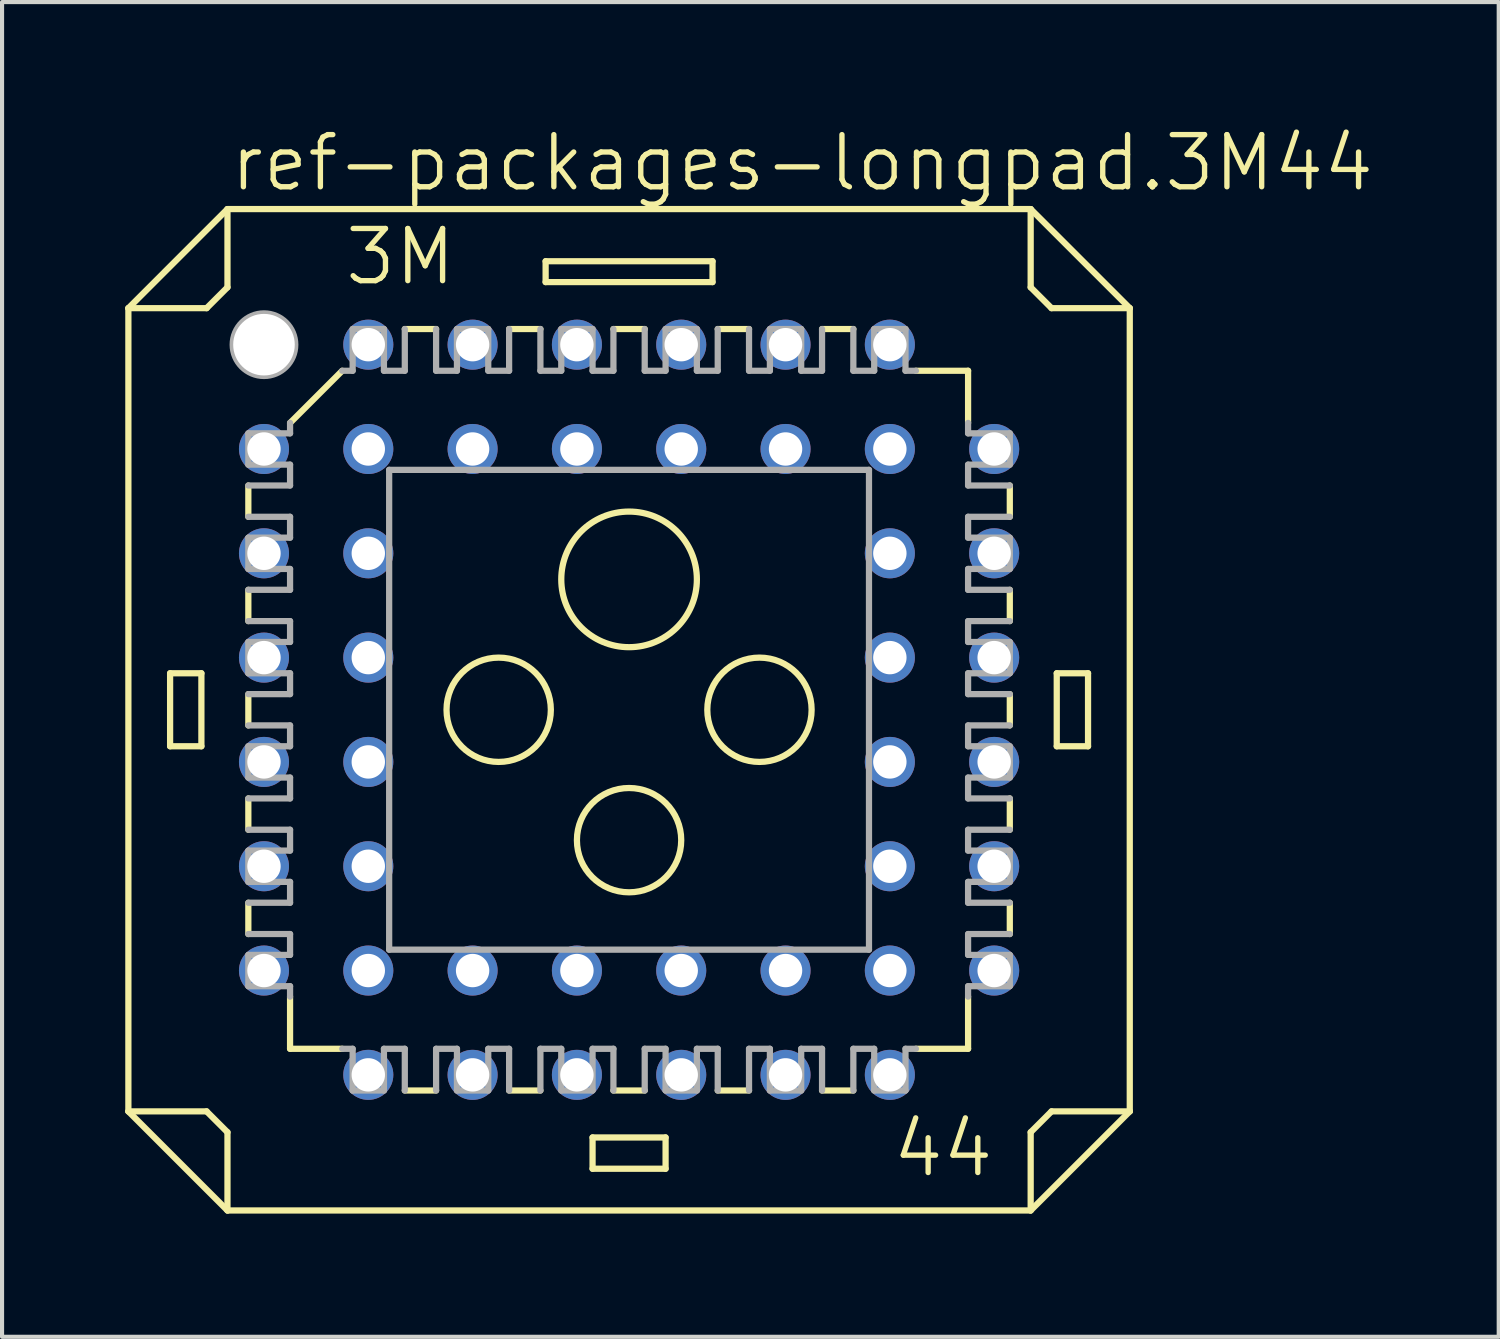
<source format=kicad_pcb>
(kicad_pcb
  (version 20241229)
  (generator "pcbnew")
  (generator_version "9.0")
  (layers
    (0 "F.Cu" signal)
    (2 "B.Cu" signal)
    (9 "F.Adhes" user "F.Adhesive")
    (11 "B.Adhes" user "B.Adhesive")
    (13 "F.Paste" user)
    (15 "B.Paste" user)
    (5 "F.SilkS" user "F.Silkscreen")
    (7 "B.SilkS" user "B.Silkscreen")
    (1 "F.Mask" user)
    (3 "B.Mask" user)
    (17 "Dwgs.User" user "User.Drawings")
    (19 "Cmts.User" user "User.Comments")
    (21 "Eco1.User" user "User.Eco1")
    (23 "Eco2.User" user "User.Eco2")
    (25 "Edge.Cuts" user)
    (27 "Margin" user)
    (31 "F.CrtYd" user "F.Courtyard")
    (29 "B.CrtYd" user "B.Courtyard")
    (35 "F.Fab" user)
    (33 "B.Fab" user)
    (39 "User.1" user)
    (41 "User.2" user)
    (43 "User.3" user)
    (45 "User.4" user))
  (footprint "ref-packages-longpad.3M44"
    (layer "F.Cu")
    (at 12.268 14.233)
    (property "Reference" "ref-packages-longpad.3M44" (at -9.779 -12.573 0) (layer "F.SilkS") (effects (font (size 1.27 1.27) (thickness 0.13)) (justify left bottom)))
    (attr through_hole)
    (fp_line (start -12.192 -9.779) (end -12.192 9.779) (stroke (width 0.152) (type default)) (layer "F.SilkS"))
    (fp_line (start -12.192 -9.779) (end -9.779 -12.192) (stroke (width 0.152) (type default)) (layer "F.SilkS"))
    (fp_line (start -12.192 9.779) (end -10.287 9.779) (stroke (width 0.152) (type default)) (layer "F.SilkS"))
    (fp_line (start -11.176 -0.889) (end -10.414 -0.889) (stroke (width 0.152) (type default)) (layer "F.SilkS"))
    (fp_line (start -11.176 0.889) (end -11.176 -0.889) (stroke (width 0.152) (type default)) (layer "F.SilkS"))
    (fp_line (start -11.176 0.889) (end -10.414 0.889) (stroke (width 0.152) (type default)) (layer "F.SilkS"))
    (fp_line (start -10.414 0.889) (end -10.414 -0.889) (stroke (width 0.152) (type default)) (layer "F.SilkS"))
    (fp_line (start -10.287 -9.779) (end -12.192 -9.779) (stroke (width 0.152) (type default)) (layer "F.SilkS"))
    (fp_line (start -10.287 -9.779) (end -9.779 -10.287) (stroke (width 0.152) (type default)) (layer "F.SilkS"))
    (fp_line (start -9.779 -12.192) (end -9.779 -10.287) (stroke (width 0.152) (type default)) (layer "F.SilkS"))
    (fp_line (start -9.779 10.287) (end -10.287 9.779) (stroke (width 0.152) (type default)) (layer "F.SilkS"))
    (fp_line (start -9.779 10.287) (end -9.779 12.192) (stroke (width 0.152) (type default)) (layer "F.SilkS"))
    (fp_line (start -9.779 12.192) (end -12.192 9.779) (stroke (width 0.152) (type default)) (layer "F.SilkS"))
    (fp_line (start -9.271 -5.461) (end -9.271 -4.699) (stroke (width 0.152) (type default)) (layer "F.SilkS"))
    (fp_line (start -9.271 -2.159) (end -9.271 -2.921) (stroke (width 0.152) (type default)) (layer "F.SilkS"))
    (fp_line (start -9.271 0.381) (end -9.271 -0.381) (stroke (width 0.152) (type default)) (layer "F.SilkS"))
    (fp_line (start -9.271 2.921) (end -9.271 2.159) (stroke (width 0.152) (type default)) (layer "F.SilkS"))
    (fp_line (start -9.271 5.461) (end -9.271 4.699) (stroke (width 0.152) (type default)) (layer "F.SilkS"))
    (fp_line (start -8.255 -6.985) (end -6.985 -8.255) (stroke (width 0.152) (type default)) (layer "F.SilkS"))
    (fp_line (start -8.255 8.255) (end -8.255 6.985) (stroke (width 0.152) (type default)) (layer "F.SilkS"))
    (fp_line (start -8.255 8.255) (end -6.985 8.255) (stroke (width 0.152) (type default)) (layer "F.SilkS"))
    (fp_line (start -5.461 9.271) (end -4.699 9.271) (stroke (width 0.152) (type default)) (layer "F.SilkS"))
    (fp_line (start -4.699 -9.271) (end -5.461 -9.271) (stroke (width 0.152) (type default)) (layer "F.SilkS"))
    (fp_line (start -2.921 9.271) (end -2.159 9.271) (stroke (width 0.152) (type default)) (layer "F.SilkS"))
    (fp_line (start -2.159 -9.271) (end -2.921 -9.271) (stroke (width 0.152) (type default)) (layer "F.SilkS"))
    (fp_line (start -2.032 -10.922) (end -2.032 -10.414) (stroke (width 0.152) (type default)) (layer "F.SilkS"))
    (fp_line (start -0.889 11.176) (end -0.889 10.414) (stroke (width 0.152) (type default)) (layer "F.SilkS"))
    (fp_line (start -0.889 11.176) (end 0.889 11.176) (stroke (width 0.152) (type default)) (layer "F.SilkS"))
    (fp_line (start -0.381 9.271) (end 0.381 9.271) (stroke (width 0.152) (type default)) (layer "F.SilkS"))
    (fp_line (start 0.381 -9.271) (end -0.381 -9.271) (stroke (width 0.152) (type default)) (layer "F.SilkS"))
    (fp_line (start 0.889 10.414) (end -0.889 10.414) (stroke (width 0.152) (type default)) (layer "F.SilkS"))
    (fp_line (start 0.889 10.414) (end 0.889 11.176) (stroke (width 0.152) (type default)) (layer "F.SilkS"))
    (fp_line (start 2.032 -10.922) (end -2.032 -10.922) (stroke (width 0.152) (type default)) (layer "F.SilkS"))
    (fp_line (start 2.032 -10.414) (end -2.032 -10.414) (stroke (width 0.152) (type default)) (layer "F.SilkS"))
    (fp_line (start 2.032 -10.414) (end 2.032 -10.922) (stroke (width 0.152) (type default)) (layer "F.SilkS"))
    (fp_line (start 2.159 9.271) (end 2.921 9.271) (stroke (width 0.152) (type default)) (layer "F.SilkS"))
    (fp_line (start 2.921 -9.271) (end 2.159 -9.271) (stroke (width 0.152) (type default)) (layer "F.SilkS"))
    (fp_line (start 4.699 9.271) (end 5.461 9.271) (stroke (width 0.152) (type default)) (layer "F.SilkS"))
    (fp_line (start 5.461 -9.271) (end 4.699 -9.271) (stroke (width 0.152) (type default)) (layer "F.SilkS"))
    (fp_line (start 6.985 8.255) (end 8.255 8.255) (stroke (width 0.152) (type default)) (layer "F.SilkS"))
    (fp_line (start 8.255 -8.255) (end 6.985 -8.255) (stroke (width 0.152) (type default)) (layer "F.SilkS"))
    (fp_line (start 8.255 -8.255) (end 8.255 -6.985) (stroke (width 0.152) (type default)) (layer "F.SilkS"))
    (fp_line (start 8.255 8.255) (end 8.255 6.985) (stroke (width 0.152) (type default)) (layer "F.SilkS"))
    (fp_line (start 9.271 -5.461) (end 9.271 -4.699) (stroke (width 0.152) (type default)) (layer "F.SilkS"))
    (fp_line (start 9.271 -2.921) (end 9.271 -2.159) (stroke (width 0.152) (type default)) (layer "F.SilkS"))
    (fp_line (start 9.271 -0.381) (end 9.271 0.381) (stroke (width 0.152) (type default)) (layer "F.SilkS"))
    (fp_line (start 9.271 2.159) (end 9.271 2.921) (stroke (width 0.152) (type default)) (layer "F.SilkS"))
    (fp_line (start 9.271 5.461) (end 9.271 4.699) (stroke (width 0.152) (type default)) (layer "F.SilkS"))
    (fp_line (start 9.779 -12.192) (end -9.779 -12.192) (stroke (width 0.152) (type default)) (layer "F.SilkS"))
    (fp_line (start 9.779 -12.192) (end 12.192 -9.779) (stroke (width 0.152) (type default)) (layer "F.SilkS"))
    (fp_line (start 9.779 -10.287) (end 9.779 -12.192) (stroke (width 0.152) (type default)) (layer "F.SilkS"))
    (fp_line (start 9.779 -10.287) (end 10.287 -9.779) (stroke (width 0.152) (type default)) (layer "F.SilkS"))
    (fp_line (start 9.779 12.192) (end -9.779 12.192) (stroke (width 0.152) (type default)) (layer "F.SilkS"))
    (fp_line (start 9.779 12.192) (end 9.779 10.287) (stroke (width 0.152) (type default)) (layer "F.SilkS"))
    (fp_line (start 10.287 9.779) (end 9.779 10.287) (stroke (width 0.152) (type default)) (layer "F.SilkS"))
    (fp_line (start 10.287 9.779) (end 12.192 9.779) (stroke (width 0.152) (type default)) (layer "F.SilkS"))
    (fp_line (start 10.414 -0.889) (end 10.414 0.889) (stroke (width 0.152) (type default)) (layer "F.SilkS"))
    (fp_line (start 10.414 -0.889) (end 11.176 -0.889) (stroke (width 0.152) (type default)) (layer "F.SilkS"))
    (fp_line (start 11.176 0.889) (end 10.414 0.889) (stroke (width 0.152) (type default)) (layer "F.SilkS"))
    (fp_line (start 11.176 0.889) (end 11.176 -0.889) (stroke (width 0.152) (type default)) (layer "F.SilkS"))
    (fp_line (start 12.192 -9.779) (end 10.287 -9.779) (stroke (width 0.152) (type default)) (layer "F.SilkS"))
    (fp_line (start 12.192 -9.779) (end 12.192 9.779) (stroke (width 0.152) (type default)) (layer "F.SilkS"))
    (fp_line (start 12.192 9.779) (end 9.779 12.192) (stroke (width 0.152) (type default)) (layer "F.SilkS"))
    (fp_circle (center -3.175 0) (end -1.905 0) (stroke (width 0.152) (type default)) (fill no) (layer "F.SilkS"))
    (fp_circle (center 0 -3.175) (end 1.651 -3.175) (stroke (width 0.152) (type default)) (fill no) (layer "F.SilkS"))
    (fp_circle (center 0 3.175) (end 1.27 3.175) (stroke (width 0.152) (type default)) (fill no) (layer "F.SilkS"))
    (fp_circle (center 3.175 0) (end 4.445 0) (stroke (width 0.152) (type default)) (fill no) (layer "F.SilkS"))
    (fp_line (start -9.271 -5.969) (end -9.271 -6.731) (stroke (width 0.152) (type default)) (layer "F.Fab"))
    (fp_line (start -9.271 -5.969) (end -8.255 -5.969) (stroke (width 0.152) (type default)) (layer "F.Fab"))
    (fp_line (start -9.271 -5.461) (end -8.255 -5.461) (stroke (width 0.152) (type default)) (layer "F.Fab"))
    (fp_line (start -9.271 -3.429) (end -9.271 -4.191) (stroke (width 0.152) (type default)) (layer "F.Fab"))
    (fp_line (start -9.271 -3.429) (end -8.255 -3.429) (stroke (width 0.152) (type default)) (layer "F.Fab"))
    (fp_line (start -9.271 -2.159) (end -8.255 -2.159) (stroke (width 0.152) (type default)) (layer "F.Fab"))
    (fp_line (start -9.271 -0.889) (end -9.271 -1.651) (stroke (width 0.152) (type default)) (layer "F.Fab"))
    (fp_line (start -9.271 -0.889) (end -8.255 -0.889) (stroke (width 0.152) (type default)) (layer "F.Fab"))
    (fp_line (start -9.271 0.381) (end -8.255 0.381) (stroke (width 0.152) (type default)) (layer "F.Fab"))
    (fp_line (start -9.271 1.651) (end -9.271 0.889) (stroke (width 0.152) (type default)) (layer "F.Fab"))
    (fp_line (start -9.271 1.651) (end -8.255 1.651) (stroke (width 0.152) (type default)) (layer "F.Fab"))
    (fp_line (start -9.271 2.921) (end -8.255 2.921) (stroke (width 0.152) (type default)) (layer "F.Fab"))
    (fp_line (start -9.271 4.191) (end -9.271 3.429) (stroke (width 0.152) (type default)) (layer "F.Fab"))
    (fp_line (start -9.271 4.191) (end -8.255 4.191) (stroke (width 0.152) (type default)) (layer "F.Fab"))
    (fp_line (start -9.271 4.699) (end -8.255 4.699) (stroke (width 0.152) (type default)) (layer "F.Fab"))
    (fp_line (start -9.271 5.461) (end -8.255 5.461) (stroke (width 0.152) (type default)) (layer "F.Fab"))
    (fp_line (start -9.271 6.731) (end -9.271 5.969) (stroke (width 0.152) (type default)) (layer "F.Fab"))
    (fp_line (start -9.271 6.731) (end -8.255 6.731) (stroke (width 0.152) (type default)) (layer "F.Fab"))
    (fp_line (start -8.255 -6.731) (end -9.271 -6.731) (stroke (width 0.152) (type default)) (layer "F.Fab"))
    (fp_line (start -8.255 -6.731) (end -8.255 -6.985) (stroke (width 0.152) (type default)) (layer "F.Fab"))
    (fp_line (start -8.255 -5.969) (end -8.255 -5.461) (stroke (width 0.152) (type default)) (layer "F.Fab"))
    (fp_line (start -8.255 -4.699) (end -9.271 -4.699) (stroke (width 0.152) (type default)) (layer "F.Fab"))
    (fp_line (start -8.255 -4.699) (end -8.255 -4.191) (stroke (width 0.152) (type default)) (layer "F.Fab"))
    (fp_line (start -8.255 -4.191) (end -9.271 -4.191) (stroke (width 0.152) (type default)) (layer "F.Fab"))
    (fp_line (start -8.255 -3.429) (end -8.255 -2.921) (stroke (width 0.152) (type default)) (layer "F.Fab"))
    (fp_line (start -8.255 -2.921) (end -9.271 -2.921) (stroke (width 0.152) (type default)) (layer "F.Fab"))
    (fp_line (start -8.255 -1.651) (end -9.271 -1.651) (stroke (width 0.152) (type default)) (layer "F.Fab"))
    (fp_line (start -8.255 -1.651) (end -8.255 -2.159) (stroke (width 0.152) (type default)) (layer "F.Fab"))
    (fp_line (start -8.255 -0.381) (end -9.271 -0.381) (stroke (width 0.152) (type default)) (layer "F.Fab"))
    (fp_line (start -8.255 -0.381) (end -8.255 -0.889) (stroke (width 0.152) (type default)) (layer "F.Fab"))
    (fp_line (start -8.255 0.889) (end -9.271 0.889) (stroke (width 0.152) (type default)) (layer "F.Fab"))
    (fp_line (start -8.255 0.889) (end -8.255 0.381) (stroke (width 0.152) (type default)) (layer "F.Fab"))
    (fp_line (start -8.255 2.159) (end -9.271 2.159) (stroke (width 0.152) (type default)) (layer "F.Fab"))
    (fp_line (start -8.255 2.159) (end -8.255 1.651) (stroke (width 0.152) (type default)) (layer "F.Fab"))
    (fp_line (start -8.255 3.429) (end -9.271 3.429) (stroke (width 0.152) (type default)) (layer "F.Fab"))
    (fp_line (start -8.255 3.429) (end -8.255 2.921) (stroke (width 0.152) (type default)) (layer "F.Fab"))
    (fp_line (start -8.255 4.191) (end -8.255 4.699) (stroke (width 0.152) (type default)) (layer "F.Fab"))
    (fp_line (start -8.255 5.461) (end -8.255 5.969) (stroke (width 0.152) (type default)) (layer "F.Fab"))
    (fp_line (start -8.255 5.969) (end -9.271 5.969) (stroke (width 0.152) (type default)) (layer "F.Fab"))
    (fp_line (start -8.255 6.731) (end -8.255 6.985) (stroke (width 0.152) (type default)) (layer "F.Fab"))
    (fp_line (start -6.985 -8.255) (end -6.731 -8.255) (stroke (width 0.152) (type default)) (layer "F.Fab"))
    (fp_line (start -6.731 -8.255) (end -6.731 -9.271) (stroke (width 0.152) (type default)) (layer "F.Fab"))
    (fp_line (start -6.731 8.255) (end -6.985 8.255) (stroke (width 0.152) (type default)) (layer "F.Fab"))
    (fp_line (start -6.731 9.271) (end -6.731 8.255) (stroke (width 0.152) (type default)) (layer "F.Fab"))
    (fp_line (start -6.731 9.271) (end -5.969 9.271) (stroke (width 0.152) (type default)) (layer "F.Fab"))
    (fp_line (start -5.969 -9.271) (end -6.731 -9.271) (stroke (width 0.152) (type default)) (layer "F.Fab"))
    (fp_line (start -5.969 -9.271) (end -5.969 -8.255) (stroke (width 0.152) (type default)) (layer "F.Fab"))
    (fp_line (start -5.969 8.255) (end -5.969 9.271) (stroke (width 0.152) (type default)) (layer "F.Fab"))
    (fp_line (start -5.969 8.255) (end -5.461 8.255) (stroke (width 0.152) (type default)) (layer "F.Fab"))
    (fp_line (start -5.842 -5.842) (end -5.842 5.842) (stroke (width 0.152) (type default)) (layer "F.Fab"))
    (fp_line (start -5.842 -5.842) (end 5.842 -5.842) (stroke (width 0.152) (type default)) (layer "F.Fab"))
    (fp_line (start -5.461 -8.255) (end -5.969 -8.255) (stroke (width 0.152) (type default)) (layer "F.Fab"))
    (fp_line (start -5.461 -8.255) (end -5.461 -9.271) (stroke (width 0.152) (type default)) (layer "F.Fab"))
    (fp_line (start -5.461 9.271) (end -5.461 8.255) (stroke (width 0.152) (type default)) (layer "F.Fab"))
    (fp_line (start -4.699 -9.271) (end -4.699 -8.255) (stroke (width 0.152) (type default)) (layer "F.Fab"))
    (fp_line (start -4.699 8.255) (end -4.699 9.271) (stroke (width 0.152) (type default)) (layer "F.Fab"))
    (fp_line (start -4.699 8.255) (end -4.191 8.255) (stroke (width 0.152) (type default)) (layer "F.Fab"))
    (fp_line (start -4.191 -8.255) (end -4.699 -8.255) (stroke (width 0.152) (type default)) (layer "F.Fab"))
    (fp_line (start -4.191 -8.255) (end -4.191 -9.271) (stroke (width 0.152) (type default)) (layer "F.Fab"))
    (fp_line (start -4.191 9.271) (end -4.191 8.255) (stroke (width 0.152) (type default)) (layer "F.Fab"))
    (fp_line (start -4.191 9.271) (end -3.429 9.271) (stroke (width 0.152) (type default)) (layer "F.Fab"))
    (fp_line (start -3.429 -9.271) (end -4.191 -9.271) (stroke (width 0.152) (type default)) (layer "F.Fab"))
    (fp_line (start -3.429 -9.271) (end -3.429 -8.255) (stroke (width 0.152) (type default)) (layer "F.Fab"))
    (fp_line (start -3.429 8.255) (end -3.429 9.271) (stroke (width 0.152) (type default)) (layer "F.Fab"))
    (fp_line (start -3.429 8.255) (end -2.921 8.255) (stroke (width 0.152) (type default)) (layer "F.Fab"))
    (fp_line (start -2.921 -8.255) (end -3.429 -8.255) (stroke (width 0.152) (type default)) (layer "F.Fab"))
    (fp_line (start -2.921 -8.255) (end -2.921 -9.271) (stroke (width 0.152) (type default)) (layer "F.Fab"))
    (fp_line (start -2.921 9.271) (end -2.921 8.255) (stroke (width 0.152) (type default)) (layer "F.Fab"))
    (fp_line (start -2.159 -9.271) (end -2.159 -8.255) (stroke (width 0.152) (type default)) (layer "F.Fab"))
    (fp_line (start -2.159 8.255) (end -2.159 9.271) (stroke (width 0.152) (type default)) (layer "F.Fab"))
    (fp_line (start -2.159 8.255) (end -1.651 8.255) (stroke (width 0.152) (type default)) (layer "F.Fab"))
    (fp_line (start -1.651 -8.255) (end -2.159 -8.255) (stroke (width 0.152) (type default)) (layer "F.Fab"))
    (fp_line (start -1.651 -8.255) (end -1.651 -9.271) (stroke (width 0.152) (type default)) (layer "F.Fab"))
    (fp_line (start -1.651 9.271) (end -1.651 8.255) (stroke (width 0.152) (type default)) (layer "F.Fab"))
    (fp_line (start -1.651 9.271) (end -0.889 9.271) (stroke (width 0.152) (type default)) (layer "F.Fab"))
    (fp_line (start -0.889 -9.271) (end -1.651 -9.271) (stroke (width 0.152) (type default)) (layer "F.Fab"))
    (fp_line (start -0.889 -9.271) (end -0.889 -8.255) (stroke (width 0.152) (type default)) (layer "F.Fab"))
    (fp_line (start -0.889 8.255) (end -0.889 9.271) (stroke (width 0.152) (type default)) (layer "F.Fab"))
    (fp_line (start -0.889 8.255) (end -0.381 8.255) (stroke (width 0.152) (type default)) (layer "F.Fab"))
    (fp_line (start -0.381 -8.255) (end -0.889 -8.255) (stroke (width 0.152) (type default)) (layer "F.Fab"))
    (fp_line (start -0.381 -8.255) (end -0.381 -9.271) (stroke (width 0.152) (type default)) (layer "F.Fab"))
    (fp_line (start -0.381 9.271) (end -0.381 8.255) (stroke (width 0.152) (type default)) (layer "F.Fab"))
    (fp_line (start 0.381 -9.271) (end 0.381 -8.255) (stroke (width 0.152) (type default)) (layer "F.Fab"))
    (fp_line (start 0.381 8.255) (end 0.381 9.271) (stroke (width 0.152) (type default)) (layer "F.Fab"))
    (fp_line (start 0.381 8.255) (end 0.889 8.255) (stroke (width 0.152) (type default)) (layer "F.Fab"))
    (fp_line (start 0.889 -8.255) (end 0.381 -8.255) (stroke (width 0.152) (type default)) (layer "F.Fab"))
    (fp_line (start 0.889 -8.255) (end 0.889 -9.271) (stroke (width 0.152) (type default)) (layer "F.Fab"))
    (fp_line (start 0.889 9.271) (end 0.889 8.255) (stroke (width 0.152) (type default)) (layer "F.Fab"))
    (fp_line (start 0.889 9.271) (end 1.651 9.271) (stroke (width 0.152) (type default)) (layer "F.Fab"))
    (fp_line (start 1.651 -9.271) (end 0.889 -9.271) (stroke (width 0.152) (type default)) (layer "F.Fab"))
    (fp_line (start 1.651 -9.271) (end 1.651 -8.255) (stroke (width 0.152) (type default)) (layer "F.Fab"))
    (fp_line (start 1.651 8.255) (end 1.651 9.271) (stroke (width 0.152) (type default)) (layer "F.Fab"))
    (fp_line (start 1.651 8.255) (end 2.159 8.255) (stroke (width 0.152) (type default)) (layer "F.Fab"))
    (fp_line (start 2.159 -8.255) (end 1.651 -8.255) (stroke (width 0.152) (type default)) (layer "F.Fab"))
    (fp_line (start 2.159 -8.255) (end 2.159 -9.271) (stroke (width 0.152) (type default)) (layer "F.Fab"))
    (fp_line (start 2.159 9.271) (end 2.159 8.255) (stroke (width 0.152) (type default)) (layer "F.Fab"))
    (fp_line (start 2.921 -9.271) (end 2.921 -8.255) (stroke (width 0.152) (type default)) (layer "F.Fab"))
    (fp_line (start 2.921 8.255) (end 2.921 9.271) (stroke (width 0.152) (type default)) (layer "F.Fab"))
    (fp_line (start 2.921 8.255) (end 3.429 8.255) (stroke (width 0.152) (type default)) (layer "F.Fab"))
    (fp_line (start 3.429 -8.255) (end 2.921 -8.255) (stroke (width 0.152) (type default)) (layer "F.Fab"))
    (fp_line (start 3.429 -8.255) (end 3.429 -9.271) (stroke (width 0.152) (type default)) (layer "F.Fab"))
    (fp_line (start 3.429 9.271) (end 3.429 8.255) (stroke (width 0.152) (type default)) (layer "F.Fab"))
    (fp_line (start 3.429 9.271) (end 4.191 9.271) (stroke (width 0.152) (type default)) (layer "F.Fab"))
    (fp_line (start 4.191 -9.271) (end 3.429 -9.271) (stroke (width 0.152) (type default)) (layer "F.Fab"))
    (fp_line (start 4.191 -9.271) (end 4.191 -8.255) (stroke (width 0.152) (type default)) (layer "F.Fab"))
    (fp_line (start 4.191 8.255) (end 4.191 9.271) (stroke (width 0.152) (type default)) (layer "F.Fab"))
    (fp_line (start 4.191 8.255) (end 4.699 8.255) (stroke (width 0.152) (type default)) (layer "F.Fab"))
    (fp_line (start 4.699 -8.255) (end 4.191 -8.255) (stroke (width 0.152) (type default)) (layer "F.Fab"))
    (fp_line (start 4.699 -8.255) (end 4.699 -9.271) (stroke (width 0.152) (type default)) (layer "F.Fab"))
    (fp_line (start 4.699 9.271) (end 4.699 8.255) (stroke (width 0.152) (type default)) (layer "F.Fab"))
    (fp_line (start 5.461 -9.271) (end 5.461 -8.255) (stroke (width 0.152) (type default)) (layer "F.Fab"))
    (fp_line (start 5.461 8.255) (end 5.461 9.271) (stroke (width 0.152) (type default)) (layer "F.Fab"))
    (fp_line (start 5.461 8.255) (end 5.969 8.255) (stroke (width 0.152) (type default)) (layer "F.Fab"))
    (fp_line (start 5.842 5.842) (end -5.842 5.842) (stroke (width 0.152) (type default)) (layer "F.Fab"))
    (fp_line (start 5.842 5.842) (end 5.842 -5.842) (stroke (width 0.152) (type default)) (layer "F.Fab"))
    (fp_line (start 5.969 -8.255) (end 5.461 -8.255) (stroke (width 0.152) (type default)) (layer "F.Fab"))
    (fp_line (start 5.969 -8.255) (end 5.969 -9.271) (stroke (width 0.152) (type default)) (layer "F.Fab"))
    (fp_line (start 5.969 9.271) (end 5.969 8.255) (stroke (width 0.152) (type default)) (layer "F.Fab"))
    (fp_line (start 5.969 9.271) (end 6.731 9.271) (stroke (width 0.152) (type default)) (layer "F.Fab"))
    (fp_line (start 6.731 -9.271) (end 5.969 -9.271) (stroke (width 0.152) (type default)) (layer "F.Fab"))
    (fp_line (start 6.731 -9.271) (end 6.731 -8.255) (stroke (width 0.152) (type default)) (layer "F.Fab"))
    (fp_line (start 6.731 -8.255) (end 6.985 -8.255) (stroke (width 0.152) (type default)) (layer "F.Fab"))
    (fp_line (start 6.731 8.255) (end 6.731 9.271) (stroke (width 0.152) (type default)) (layer "F.Fab"))
    (fp_line (start 6.985 8.255) (end 6.731 8.255) (stroke (width 0.152) (type default)) (layer "F.Fab"))
    (fp_line (start 8.255 -6.731) (end 8.255 -6.985) (stroke (width 0.152) (type default)) (layer "F.Fab"))
    (fp_line (start 8.255 -5.969) (end 9.271 -5.969) (stroke (width 0.152) (type default)) (layer "F.Fab"))
    (fp_line (start 8.255 -5.461) (end 8.255 -5.969) (stroke (width 0.152) (type default)) (layer "F.Fab"))
    (fp_line (start 8.255 -4.191) (end 8.255 -4.699) (stroke (width 0.152) (type default)) (layer "F.Fab"))
    (fp_line (start 8.255 -3.429) (end 8.255 -2.921) (stroke (width 0.152) (type default)) (layer "F.Fab"))
    (fp_line (start 8.255 -3.429) (end 9.271 -3.429) (stroke (width 0.152) (type default)) (layer "F.Fab"))
    (fp_line (start 8.255 -2.159) (end 8.255 -1.651) (stroke (width 0.152) (type default)) (layer "F.Fab"))
    (fp_line (start 8.255 -2.159) (end 9.271 -2.159) (stroke (width 0.152) (type default)) (layer "F.Fab"))
    (fp_line (start 8.255 -0.889) (end 8.255 -0.381) (stroke (width 0.152) (type default)) (layer "F.Fab"))
    (fp_line (start 8.255 -0.889) (end 9.271 -0.889) (stroke (width 0.152) (type default)) (layer "F.Fab"))
    (fp_line (start 8.255 0.381) (end 8.255 0.889) (stroke (width 0.152) (type default)) (layer "F.Fab"))
    (fp_line (start 8.255 0.381) (end 9.271 0.381) (stroke (width 0.152) (type default)) (layer "F.Fab"))
    (fp_line (start 8.255 1.651) (end 8.255 2.159) (stroke (width 0.152) (type default)) (layer "F.Fab"))
    (fp_line (start 8.255 1.651) (end 9.271 1.651) (stroke (width 0.152) (type default)) (layer "F.Fab"))
    (fp_line (start 8.255 2.921) (end 8.255 3.429) (stroke (width 0.152) (type default)) (layer "F.Fab"))
    (fp_line (start 8.255 2.921) (end 9.271 2.921) (stroke (width 0.152) (type default)) (layer "F.Fab"))
    (fp_line (start 8.255 3.429) (end 9.271 3.429) (stroke (width 0.152) (type default)) (layer "F.Fab"))
    (fp_line (start 8.255 4.699) (end 8.255 4.191) (stroke (width 0.152) (type default)) (layer "F.Fab"))
    (fp_line (start 8.255 4.699) (end 9.271 4.699) (stroke (width 0.152) (type default)) (layer "F.Fab"))
    (fp_line (start 8.255 5.969) (end 8.255 5.461) (stroke (width 0.152) (type default)) (layer "F.Fab"))
    (fp_line (start 8.255 5.969) (end 9.271 5.969) (stroke (width 0.152) (type default)) (layer "F.Fab"))
    (fp_line (start 8.255 6.731) (end 8.255 6.985) (stroke (width 0.152) (type default)) (layer "F.Fab"))
    (fp_line (start 9.271 -6.731) (end 8.255 -6.731) (stroke (width 0.152) (type default)) (layer "F.Fab"))
    (fp_line (start 9.271 -6.731) (end 9.271 -5.969) (stroke (width 0.152) (type default)) (layer "F.Fab"))
    (fp_line (start 9.271 -5.461) (end 8.255 -5.461) (stroke (width 0.152) (type default)) (layer "F.Fab"))
    (fp_line (start 9.271 -4.699) (end 8.255 -4.699) (stroke (width 0.152) (type default)) (layer "F.Fab"))
    (fp_line (start 9.271 -4.191) (end 8.255 -4.191) (stroke (width 0.152) (type default)) (layer "F.Fab"))
    (fp_line (start 9.271 -4.191) (end 9.271 -3.429) (stroke (width 0.152) (type default)) (layer "F.Fab"))
    (fp_line (start 9.271 -2.921) (end 8.255 -2.921) (stroke (width 0.152) (type default)) (layer "F.Fab"))
    (fp_line (start 9.271 -1.651) (end 8.255 -1.651) (stroke (width 0.152) (type default)) (layer "F.Fab"))
    (fp_line (start 9.271 -1.651) (end 9.271 -0.889) (stroke (width 0.152) (type default)) (layer "F.Fab"))
    (fp_line (start 9.271 -0.381) (end 8.255 -0.381) (stroke (width 0.152) (type default)) (layer "F.Fab"))
    (fp_line (start 9.271 0.889) (end 8.255 0.889) (stroke (width 0.152) (type default)) (layer "F.Fab"))
    (fp_line (start 9.271 0.889) (end 9.271 1.651) (stroke (width 0.152) (type default)) (layer "F.Fab"))
    (fp_line (start 9.271 2.159) (end 8.255 2.159) (stroke (width 0.152) (type default)) (layer "F.Fab"))
    (fp_line (start 9.271 4.191) (end 8.255 4.191) (stroke (width 0.152) (type default)) (layer "F.Fab"))
    (fp_line (start 9.271 4.191) (end 9.271 3.429) (stroke (width 0.152) (type default)) (layer "F.Fab"))
    (fp_line (start 9.271 5.461) (end 8.255 5.461) (stroke (width 0.152) (type default)) (layer "F.Fab"))
    (fp_line (start 9.271 6.731) (end 8.255 6.731) (stroke (width 0.152) (type default)) (layer "F.Fab"))
    (fp_line (start 9.271 6.731) (end 9.271 5.969) (stroke (width 0.152) (type default)) (layer "F.Fab"))
    (fp_circle (center -8.89 -8.89) (end -8.128 -8.89) (stroke (width 0.152) (type default)) (fill no) (layer "F.Fab"))
    (fp_text user "3M" (at -6.985 -10.287 0) (layer "F.SilkS") (effects (font (size 1.27 1.27) (thickness 0.13)) (justify left bottom)))
    (fp_text user "44" (at 6.35 11.43 0) (layer "F.SilkS") (effects (font (size 1.27 1.27) (thickness 0.13)) (justify left bottom)))
    (pad "" np_thru_hole circle (at -8.89 -8.89) (size 1.499 1.499) (drill 1.499) (layers "*.Cu" "*.Mask"))
    (pad "1" thru_hole circle (at 1.27 -6.35) (size 1.219 1.219) (drill 0.813) (layers "*.Cu" "*.Mask"))
    (pad "2" thru_hole circle (at -1.27 -8.89) (size 1.219 1.219) (drill 0.813) (layers "*.Cu" "*.Mask"))
    (pad "3" thru_hole circle (at -1.27 -6.35) (size 1.219 1.219) (drill 0.813) (layers "*.Cu" "*.Mask"))
    (pad "4" thru_hole circle (at -3.81 -8.89) (size 1.219 1.219) (drill 0.813) (layers "*.Cu" "*.Mask"))
    (pad "5" thru_hole circle (at -3.81 -6.35) (size 1.219 1.219) (drill 0.813) (layers "*.Cu" "*.Mask"))
    (pad "6" thru_hole circle (at -6.35 -8.89) (size 1.219 1.219) (drill 0.813) (layers "*.Cu" "*.Mask"))
    (pad "7" thru_hole circle (at -8.89 -6.35) (size 1.219 1.219) (drill 0.813) (layers "*.Cu" "*.Mask"))
    (pad "8" thru_hole circle (at -6.35 -6.35) (size 1.219 1.219) (drill 0.813) (layers "*.Cu" "*.Mask"))
    (pad "9" thru_hole circle (at -8.89 -3.81) (size 1.219 1.219) (drill 0.813) (layers "*.Cu" "*.Mask"))
    (pad "10" thru_hole circle (at -6.35 -3.81) (size 1.219 1.219) (drill 0.813) (layers "*.Cu" "*.Mask"))
    (pad "11" thru_hole circle (at -8.89 -1.27) (size 1.219 1.219) (drill 0.813) (layers "*.Cu" "*.Mask"))
    (pad "12" thru_hole circle (at -6.35 -1.27) (size 1.219 1.219) (drill 0.813) (layers "*.Cu" "*.Mask"))
    (pad "13" thru_hole circle (at -8.89 1.27) (size 1.219 1.219) (drill 0.813) (layers "*.Cu" "*.Mask"))
    (pad "14" thru_hole circle (at -6.35 1.27) (size 1.219 1.219) (drill 0.813) (layers "*.Cu" "*.Mask"))
    (pad "15" thru_hole circle (at -8.89 3.81) (size 1.219 1.219) (drill 0.813) (layers "*.Cu" "*.Mask"))
    (pad "16" thru_hole circle (at -6.35 3.81) (size 1.219 1.219) (drill 0.813) (layers "*.Cu" "*.Mask"))
    (pad "17" thru_hole circle (at -8.89 6.35) (size 1.219 1.219) (drill 0.813) (layers "*.Cu" "*.Mask"))
    (pad "18" thru_hole circle (at -6.35 8.89) (size 1.219 1.219) (drill 0.813) (layers "*.Cu" "*.Mask"))
    (pad "19" thru_hole circle (at -6.35 6.35) (size 1.219 1.219) (drill 0.813) (layers "*.Cu" "*.Mask"))
    (pad "20" thru_hole circle (at -3.81 8.89) (size 1.219 1.219) (drill 0.813) (layers "*.Cu" "*.Mask"))
    (pad "21" thru_hole circle (at -3.81 6.35) (size 1.219 1.219) (drill 0.813) (layers "*.Cu" "*.Mask"))
    (pad "22" thru_hole circle (at -1.27 8.89) (size 1.219 1.219) (drill 0.813) (layers "*.Cu" "*.Mask"))
    (pad "23" thru_hole circle (at -1.27 6.35) (size 1.219 1.219) (drill 0.813) (layers "*.Cu" "*.Mask"))
    (pad "24" thru_hole circle (at 1.27 8.89) (size 1.219 1.219) (drill 0.813) (layers "*.Cu" "*.Mask"))
    (pad "25" thru_hole circle (at 1.27 6.35) (size 1.219 1.219) (drill 0.813) (layers "*.Cu" "*.Mask"))
    (pad "26" thru_hole circle (at 3.81 8.89) (size 1.219 1.219) (drill 0.813) (layers "*.Cu" "*.Mask"))
    (pad "27" thru_hole circle (at 3.81 6.35) (size 1.219 1.219) (drill 0.813) (layers "*.Cu" "*.Mask"))
    (pad "28" thru_hole circle (at 6.35 8.89) (size 1.219 1.219) (drill 0.813) (layers "*.Cu" "*.Mask"))
    (pad "29" thru_hole circle (at 8.89 6.35) (size 1.219 1.219) (drill 0.813) (layers "*.Cu" "*.Mask"))
    (pad "30" thru_hole circle (at 6.35 6.35) (size 1.219 1.219) (drill 0.813) (layers "*.Cu" "*.Mask"))
    (pad "31" thru_hole circle (at 8.89 3.81) (size 1.219 1.219) (drill 0.813) (layers "*.Cu" "*.Mask"))
    (pad "32" thru_hole circle (at 6.35 3.81) (size 1.219 1.219) (drill 0.813) (layers "*.Cu" "*.Mask"))
    (pad "33" thru_hole circle (at 8.89 1.27) (size 1.219 1.219) (drill 0.813) (layers "*.Cu" "*.Mask"))
    (pad "34" thru_hole circle (at 6.35 1.27) (size 1.219 1.219) (drill 0.813) (layers "*.Cu" "*.Mask"))
    (pad "35" thru_hole circle (at 8.89 -1.27) (size 1.219 1.219) (drill 0.813) (layers "*.Cu" "*.Mask"))
    (pad "36" thru_hole circle (at 6.35 -1.27) (size 1.219 1.219) (drill 0.813) (layers "*.Cu" "*.Mask"))
    (pad "37" thru_hole circle (at 8.89 -3.81) (size 1.219 1.219) (drill 0.813) (layers "*.Cu" "*.Mask"))
    (pad "38" thru_hole circle (at 6.35 -3.81) (size 1.219 1.219) (drill 0.813) (layers "*.Cu" "*.Mask"))
    (pad "39" thru_hole circle (at 8.89 -6.35) (size 1.219 1.219) (drill 0.813) (layers "*.Cu" "*.Mask"))
    (pad "40" thru_hole circle (at 6.35 -8.89) (size 1.219 1.219) (drill 0.813) (layers "*.Cu" "*.Mask"))
    (pad "41" thru_hole circle (at 6.35 -6.35) (size 1.219 1.219) (drill 0.813) (layers "*.Cu" "*.Mask"))
    (pad "42" thru_hole circle (at 3.81 -8.89) (size 1.219 1.219) (drill 0.813) (layers "*.Cu" "*.Mask"))
    (pad "43" thru_hole circle (at 3.81 -6.35) (size 1.219 1.219) (drill 0.813) (layers "*.Cu" "*.Mask"))
    (pad "44" thru_hole circle (at 1.27 -8.89) (size 1.219 1.219) (drill 0.813) (layers "*.Cu" "*.Mask")))
  (gr_rect
    (start -3 -3)
    (end 33.444 29.501)
    (stroke (width 0.1) (type default))
    (fill no)
    (layer "Edge.Cuts")))
</source>
